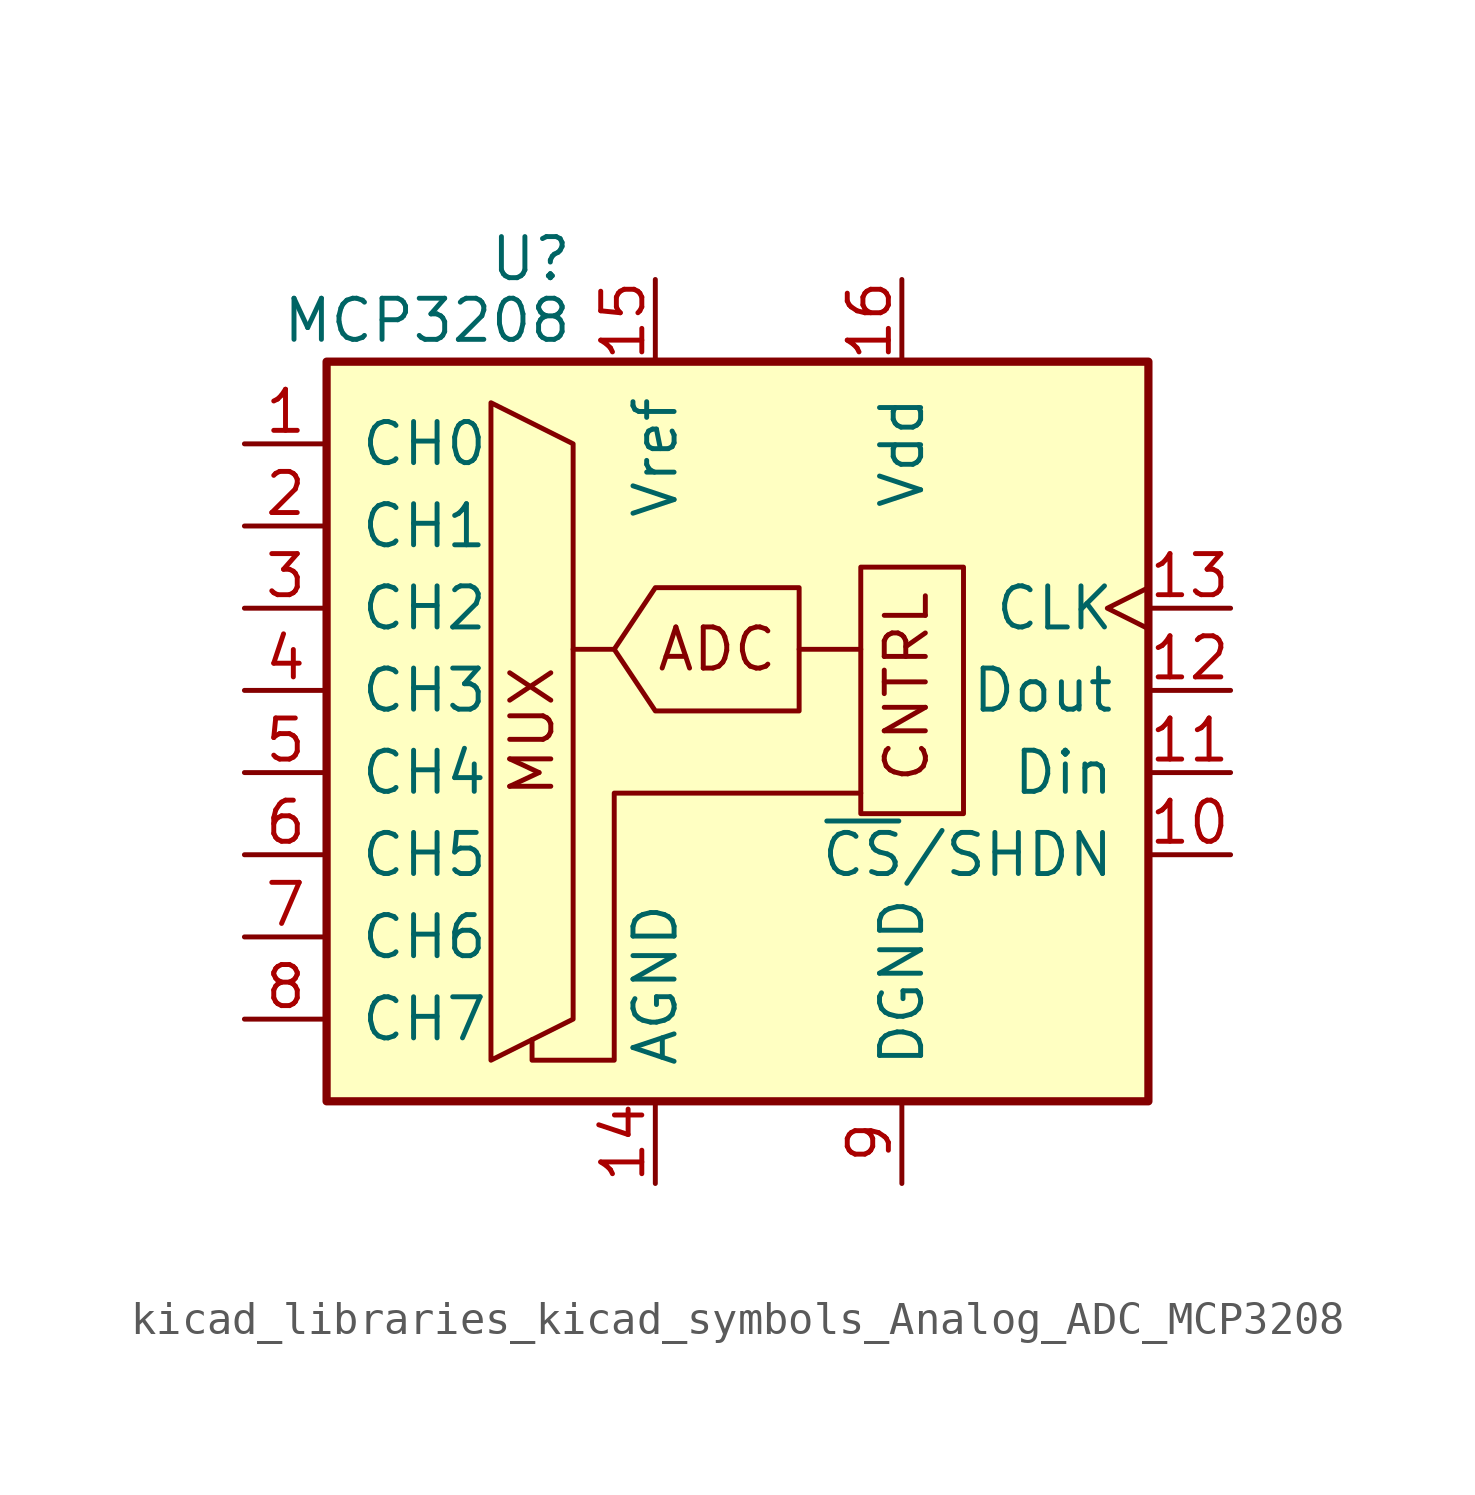
<source format=kicad_sym>
(kicad_symbol_lib
  (version 20220914)
  (generator kicad_symbol_editor)
  (symbol "kicad_libraries_kicad_symbols_Analog_ADC_MCP3208"
    (pin_names
      (offset 1.016))
    (property "Reference" "U"
      (at -5.08 13.335 0)
      (effects (font (size 1.27 1.27)) (justify right)))
    (property "Value" "MCP3208"
      (at -5.08 11.43 0)
      (effects (font (size 1.27 1.27)) (justify right)))
    (symbol "kicad_libraries_kicad_symbols_Analog_ADC_MCP3208_0_0"
      (text "ADC" (at -0.635 1.27 0) (effects (font (size 1.27 1.27))))
      (text "CNTRL" (at 5.969 -2.921 900) (effects (font (size 1.27 1.27)) (justify left bottom)))
      (text "MUX" (at -6.35 -1.27 900) (effects (font (size 1.27 1.27)))))
    (symbol "kicad_libraries_kicad_symbols_Analog_ADC_MCP3208_0_1"
      (polyline (pts (xy -3.81 1.27) (xy -5.08 1.27)) (stroke (width 0) (type default)) (fill (type none)))
      (polyline (pts (xy 1.905 1.27) (xy 3.81 1.27)) (stroke (width 0) (type default)) (fill (type none)))
      (polyline (pts (xy -7.62 8.89) (xy -7.62 -11.43) (xy -5.08 -10.16) (xy -5.08 7.62) (xy -7.62 8.89)) (stroke (width 0) (type default)) (fill (type none)))
      (polyline (pts (xy 3.81 -3.175) (xy -3.81 -3.175) (xy -3.81 -11.43) (xy -6.35 -11.43) (xy -6.35 -10.795)) (stroke (width 0) (type default)) (fill (type none)))
      (polyline (pts (xy 1.905 3.175) (xy 1.905 -0.635) (xy -2.54 -0.635) (xy -3.81 1.27) (xy -2.54 3.175) (xy 1.905 3.175)) (stroke (width 0) (type default)) (fill (type none)))
      (rectangle (start 3.81 -3.81) (end 6.985 3.81) (stroke (width 0) (type default)) (fill (type none)))
      (rectangle (start 12.7 -12.7) (end -12.7 10.16) (stroke (width 0.254) (type default)) (fill (type background))))
    (symbol "kicad_libraries_kicad_symbols_Analog_ADC_MCP3208_1_1"
      (pin input line (at -15.24 7.62 0) (length 2.54) (name "CH0" (effects (font (size 1.27 1.27)))) (number "1" (effects (font (size 1.27 1.27)))))
      (pin input line (at 15.24 -5.08 180) (length 2.54) (name "~{CS}/SHDN" (effects (font (size 1.27 1.27)))) (number "10" (effects (font (size 1.27 1.27)))))
      (pin input line (at 15.24 -2.54 180) (length 2.54) (name "Din" (effects (font (size 1.27 1.27)))) (number "11" (effects (font (size 1.27 1.27)))))
      (pin output line (at 15.24 0 180) (length 2.54) (name "Dout" (effects (font (size 1.27 1.27)))) (number "12" (effects (font (size 1.27 1.27)))))
      (pin input clock (at 15.24 2.54 180) (length 2.54) (name "CLK" (effects (font (size 1.27 1.27)))) (number "13" (effects (font (size 1.27 1.27)))))
      (pin power_in line (at -2.54 -15.24 90) (length 2.54) (name "AGND" (effects (font (size 1.27 1.27)))) (number "14" (effects (font (size 1.27 1.27)))))
      (pin power_in line (at -2.54 12.7 270) (length 2.54) (name "Vref" (effects (font (size 1.27 1.27)))) (number "15" (effects (font (size 1.27 1.27)))))
      (pin power_in line (at 5.08 12.7 270) (length 2.54) (name "Vdd" (effects (font (size 1.27 1.27)))) (number "16" (effects (font (size 1.27 1.27)))))
      (pin input line (at -15.24 5.08 0) (length 2.54) (name "CH1" (effects (font (size 1.27 1.27)))) (number "2" (effects (font (size 1.27 1.27)))))
      (pin input line (at -15.24 2.54 0) (length 2.54) (name "CH2" (effects (font (size 1.27 1.27)))) (number "3" (effects (font (size 1.27 1.27)))))
      (pin input line (at -15.24 0 0) (length 2.54) (name "CH3" (effects (font (size 1.27 1.27)))) (number "4" (effects (font (size 1.27 1.27)))))
      (pin input line (at -15.24 -2.54 0) (length 2.54) (name "CH4" (effects (font (size 1.27 1.27)))) (number "5" (effects (font (size 1.27 1.27)))))
      (pin input line (at -15.24 -5.08 0) (length 2.54) (name "CH5" (effects (font (size 1.27 1.27)))) (number "6" (effects (font (size 1.27 1.27)))))
      (pin input line (at -15.24 -7.62 0) (length 2.54) (name "CH6" (effects (font (size 1.27 1.27)))) (number "7" (effects (font (size 1.27 1.27)))))
      (pin input line (at -15.24 -10.16 0) (length 2.54) (name "CH7" (effects (font (size 1.27 1.27)))) (number "8" (effects (font (size 1.27 1.27)))))
      (pin power_in line (at 5.08 -15.24 90) (length 2.54) (name "DGND" (effects (font (size 1.27 1.27)))) (number "9" (effects (font (size 1.27 1.27))))))))
</source>
